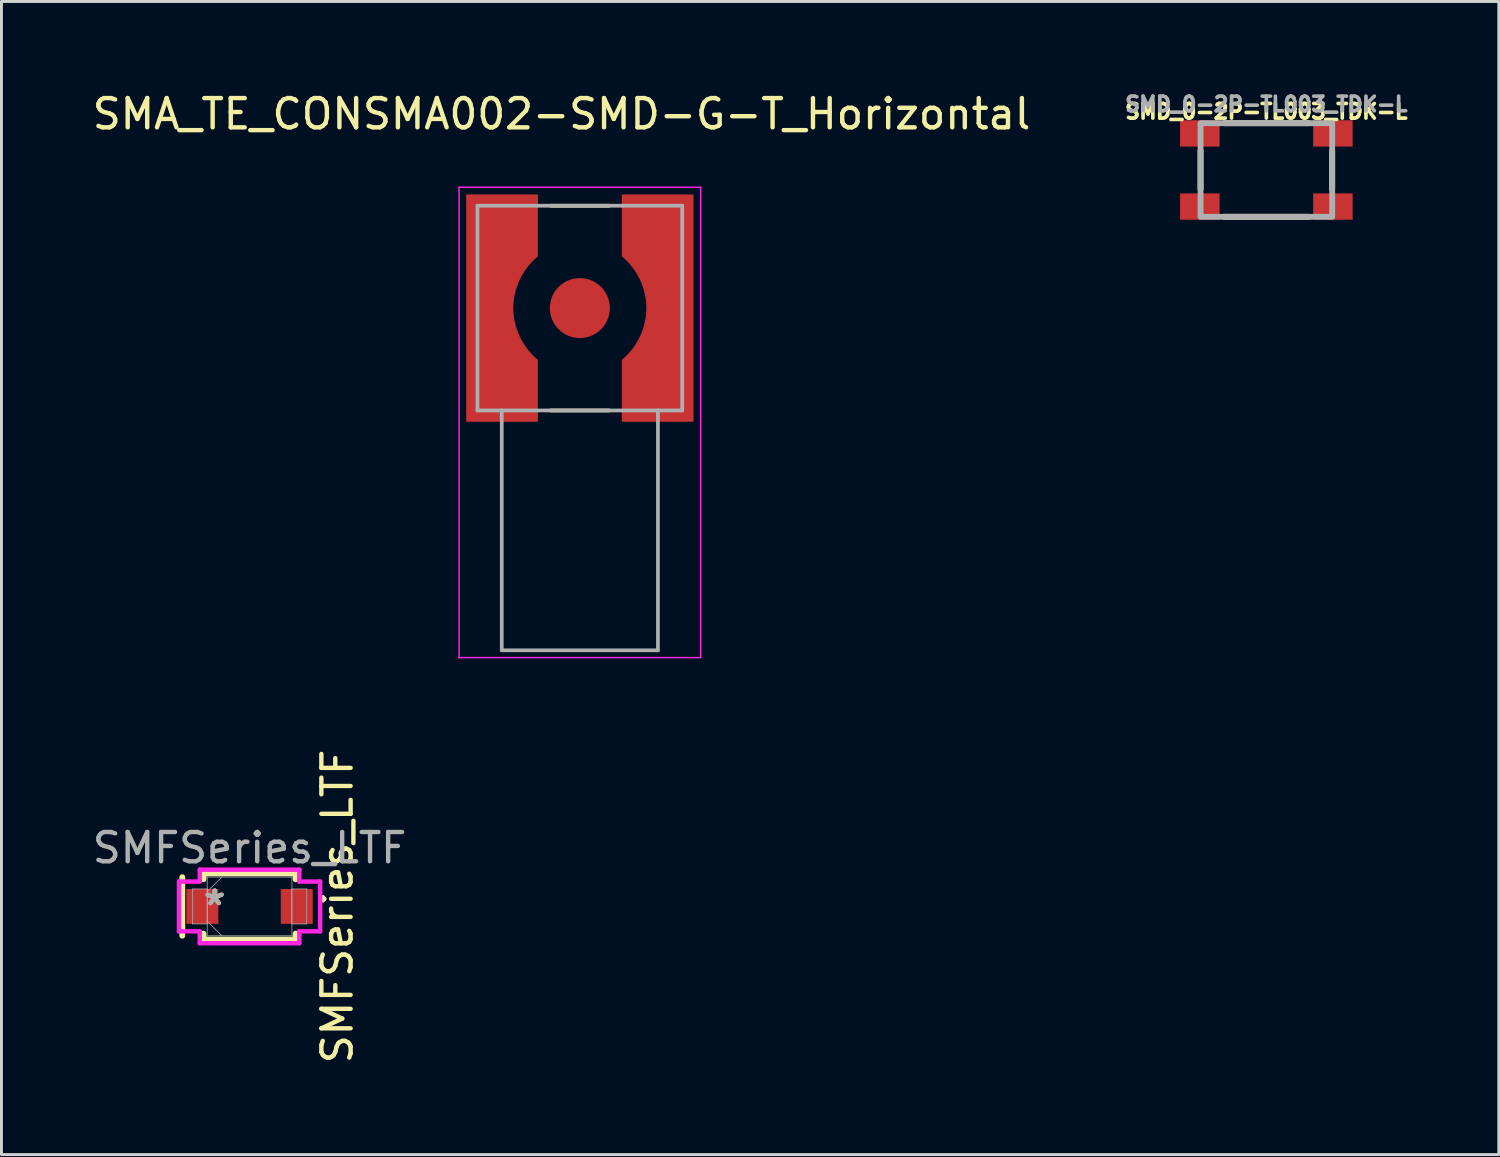
<source format=kicad_pcb>
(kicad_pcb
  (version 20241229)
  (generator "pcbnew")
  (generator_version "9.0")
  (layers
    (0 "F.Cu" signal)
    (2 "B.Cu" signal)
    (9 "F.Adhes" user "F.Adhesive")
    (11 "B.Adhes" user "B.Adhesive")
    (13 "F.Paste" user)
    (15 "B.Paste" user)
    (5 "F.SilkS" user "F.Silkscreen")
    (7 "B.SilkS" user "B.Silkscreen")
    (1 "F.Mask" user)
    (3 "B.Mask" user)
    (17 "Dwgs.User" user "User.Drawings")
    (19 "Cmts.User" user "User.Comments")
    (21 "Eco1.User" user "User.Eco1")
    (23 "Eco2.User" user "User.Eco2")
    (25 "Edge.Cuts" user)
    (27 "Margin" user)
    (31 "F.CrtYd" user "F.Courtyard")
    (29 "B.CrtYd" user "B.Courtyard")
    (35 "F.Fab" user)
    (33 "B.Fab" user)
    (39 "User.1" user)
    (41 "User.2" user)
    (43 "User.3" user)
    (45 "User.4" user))
  (footprint "SMFSeries_LTF"
    (layer "F.Cu")
    (at 5.482 27.94)
    (property "Reference" "SMFSeries_LTF" (at 3 0 90) (unlocked yes) (layer "F.SilkS") (effects (font (size 1 1) (thickness 0.15))))
    (attr smd)
    (fp_line (start -2.3 -1) (end -2.3 1) (stroke (width 0.2) (type default)) (layer "F.SilkS"))
    (fp_line (start -1.575 -1.13) (end -1.575 -0.93) (stroke (width 0.2) (type solid)) (layer "F.SilkS"))
    (fp_line (start -1.575 0.93) (end -1.575 1.13) (stroke (width 0.2) (type solid)) (layer "F.SilkS"))
    (fp_line (start -1.575 1.13) (end 1.575 1.13) (stroke (width 0.2) (type solid)) (layer "F.SilkS"))
    (fp_line (start 1.575 -1.13) (end -1.575 -1.13) (stroke (width 0.2) (type solid)) (layer "F.SilkS"))
    (fp_line (start 1.575 -0.93) (end 1.575 -1.13) (stroke (width 0.2) (type solid)) (layer "F.SilkS"))
    (fp_line (start 1.575 1.13) (end 1.575 0.93) (stroke (width 0.2) (type solid)) (layer "F.SilkS"))
    (fp_line (start -2.413 -0.851) (end -1.702 -0.851) (stroke (width 0.152) (type solid)) (layer "F.CrtYd"))
    (fp_line (start -2.413 0.851) (end -2.413 -0.851) (stroke (width 0.152) (type solid)) (layer "F.CrtYd"))
    (fp_line (start -1.702 -1.257) (end 1.702 -1.257) (stroke (width 0.152) (type solid)) (layer "F.CrtYd"))
    (fp_line (start -1.702 -0.851) (end -1.702 -1.257) (stroke (width 0.152) (type solid)) (layer "F.CrtYd"))
    (fp_line (start -1.702 0.851) (end -2.413 0.851) (stroke (width 0.152) (type solid)) (layer "F.CrtYd"))
    (fp_line (start -1.702 1.257) (end -1.702 0.851) (stroke (width 0.152) (type solid)) (layer "F.CrtYd"))
    (fp_line (start 1.702 -1.257) (end 1.702 -0.851) (stroke (width 0.152) (type solid)) (layer "F.CrtYd"))
    (fp_line (start 1.702 -0.851) (end 2.413 -0.851) (stroke (width 0.152) (type solid)) (layer "F.CrtYd"))
    (fp_line (start 1.702 0.851) (end 1.702 1.257) (stroke (width 0.152) (type solid)) (layer "F.CrtYd"))
    (fp_line (start 1.702 1.257) (end -1.702 1.257) (stroke (width 0.152) (type solid)) (layer "F.CrtYd"))
    (fp_line (start 2.413 -0.851) (end 2.413 0.851) (stroke (width 0.152) (type solid)) (layer "F.CrtYd"))
    (fp_line (start 2.413 0.851) (end 1.702 0.851) (stroke (width 0.152) (type solid)) (layer "F.CrtYd"))
    (fp_line (start -1.956 -0.597) (end -1.956 0.597) (stroke (width 0.025) (type solid)) (layer "F.Fab"))
    (fp_line (start -1.956 0.597) (end -1.448 0.597) (stroke (width 0.025) (type solid)) (layer "F.Fab"))
    (fp_line (start -1.448 -1.003) (end -1.448 1.003) (stroke (width 0.025) (type solid)) (layer "F.Fab"))
    (fp_line (start -1.448 -0.597) (end -1.956 -0.597) (stroke (width 0.025) (type solid)) (layer "F.Fab"))
    (fp_line (start -1.448 -0.502) (end -0.946 -1.003) (stroke (width 0.025) (type solid)) (layer "F.Fab"))
    (fp_line (start -1.448 0.502) (end -0.946 1.003) (stroke (width 0.025) (type solid)) (layer "F.Fab"))
    (fp_line (start -1.448 0.597) (end -1.448 -0.597) (stroke (width 0.025) (type solid)) (layer "F.Fab"))
    (fp_line (start -1.448 1.003) (end 1.448 1.003) (stroke (width 0.025) (type solid)) (layer "F.Fab"))
    (fp_line (start 1.448 -1.003) (end -1.448 -1.003) (stroke (width 0.025) (type solid)) (layer "F.Fab"))
    (fp_line (start 1.448 -0.597) (end 1.448 0.597) (stroke (width 0.025) (type solid)) (layer "F.Fab"))
    (fp_line (start 1.448 0.597) (end 1.956 0.597) (stroke (width 0.025) (type solid)) (layer "F.Fab"))
    (fp_line (start 1.448 1.003) (end 1.448 -1.003) (stroke (width 0.025) (type solid)) (layer "F.Fab"))
    (fp_line (start 1.956 -0.597) (end 1.448 -0.597) (stroke (width 0.025) (type solid)) (layer "F.Fab"))
    (fp_line (start 1.956 0.597) (end 1.956 -0.597) (stroke (width 0.025) (type solid)) (layer "F.Fab"))
    (fp_text user "*" (at -1.194 0 0) (layer "F.Fab") (effects (font (size 1 1) (thickness 0.15))))
    (fp_text user "*" (at -1.194 0 0) (unlocked yes) (layer "F.Fab") (effects (font (size 1 1) (thickness 0.15))))
    (fp_text user "${REFERENCE}" (at 0 -2 0) (unlocked yes) (layer "F.Fab") (effects (font (size 1 1) (thickness 0.15))))
    (pad "1" smd rect (at -1.613 0) (size 1.092 1.194) (layers "F.Cu" "F.Mask" "F.Paste"))
    (pad "2" smd rect (at 1.613 0) (size 1.092 1.194) (layers "F.Cu" "F.Mask" "F.Paste"))
    (zone (net_name "") (layer "F.Cu") (hatch full 0.508) (connect_pads) (min_thickness 0.254) (filled_areas_thickness no) (keepout (tracks not_allowed) (vias not_allowed) (pads allowed) (copperpour not_allowed) (footprints allowed)) (placement (enabled no)) (fill) (polygon (pts (xy 4.466 26.988) (xy 6.498 26.988) (xy 6.498 28.893) (xy 4.466 28.893)))))
  (footprint "SMA_TE_CONSMA002-SMD-G-T_Horizontal"
    (layer "F.Cu")
    (at 16.774 7.483)
    (property "Reference" "SMA_TE_CONSMA002-SMD-G-T_Horizontal" (at -0.625 -6.635 0) (layer "F.SilkS") (effects (font (size 1 1) (thickness 0.15))))
    (attr smd)
    (fp_poly (pts (xy -1.34 -3.98) (xy -3.98 -3.98) (xy -3.98 3.98) (xy -1.34 3.98) (xy -1.34 1.72) (xy -1.381 1.687) (xy -1.43 1.645) (xy -1.478 1.602) (xy -1.524 1.557) (xy -1.569 1.511) (xy -1.613 1.464) (xy -1.655 1.416) (xy -1.696 1.366) (xy -1.736 1.315) (xy -1.774 1.263) (xy -1.81 1.21) (xy -1.845 1.156) (xy -1.878 1.101) (xy -1.91 1.045) (xy -1.94 0.988) (xy -1.968 0.931) (xy -1.995 0.872) (xy -2.02 0.813) (xy -2.043 0.753) (xy -2.065 0.692) (xy -2.084 0.631) (xy -2.102 0.569) (xy -2.118 0.507) (xy -2.133 0.444) (xy -2.145 0.381) (xy -2.156 0.318) (xy -2.164 0.254) (xy -2.171 0.19) (xy -2.176 0.126) (xy -2.18 0.05) (xy -2.179 -0.028) (xy -2.176 -0.097) (xy -2.171 -0.166) (xy -2.164 -0.235) (xy -2.155 -0.303) (xy -2.144 -0.371) (xy -2.131 -0.439) (xy -2.116 -0.506) (xy -2.099 -0.573) (xy -2.08 -0.639) (xy -2.06 -0.705) (xy -2.037 -0.77) (xy -2.012 -0.835) (xy -1.986 -0.899) (xy -1.958 -0.962) (xy -1.928 -1.024) (xy -1.896 -1.085) (xy -1.862 -1.145) (xy -1.827 -1.204) (xy -1.79 -1.262) (xy -1.751 -1.32) (xy -1.711 -1.375) (xy -1.669 -1.43) (xy -1.625 -1.484) (xy -1.58 -1.536) (xy -1.533 -1.587) (xy -1.485 -1.636) (xy -1.436 -1.684) (xy -1.385 -1.731) (xy -1.34 -1.77) (xy -1.34 -3.98)) (stroke (width 0.01) (type solid)) (fill yes) (layer "F.Mask"))
    (fp_poly (pts (xy 1.34 -3.98) (xy 3.98 -3.98) (xy 3.98 3.98) (xy 1.34 3.98) (xy 1.34 1.72) (xy 1.391 1.677) (xy 1.441 1.633) (xy 1.489 1.588) (xy 1.536 1.542) (xy 1.581 1.494) (xy 1.625 1.445) (xy 1.667 1.395) (xy 1.708 1.343) (xy 1.748 1.29) (xy 1.786 1.237) (xy 1.822 1.182) (xy 1.857 1.126) (xy 1.89 1.069) (xy 1.921 1.011) (xy 1.951 0.952) (xy 1.979 0.892) (xy 2.005 0.832) (xy 2.03 0.771) (xy 2.053 0.709) (xy 2.074 0.647) (xy 2.093 0.584) (xy 2.11 0.52) (xy 2.125 0.456) (xy 2.139 0.391) (xy 2.15 0.327) (xy 2.16 0.261) (xy 2.168 0.196) (xy 2.174 0.13) (xy 2.178 0.065) (xy 2.18 0) (xy 2.179 -0.052) (xy 2.176 -0.119) (xy 2.171 -0.186) (xy 2.164 -0.253) (xy 2.156 -0.32) (xy 2.145 -0.387) (xy 2.132 -0.453) (xy 2.118 -0.519) (xy 2.101 -0.584) (xy 2.083 -0.649) (xy 2.062 -0.713) (xy 2.04 -0.777) (xy 2.016 -0.84) (xy 1.99 -0.902) (xy 1.963 -0.964) (xy 1.933 -1.025) (xy 1.902 -1.084) (xy 1.87 -1.143) (xy 1.835 -1.201) (xy 1.799 -1.258) (xy 1.761 -1.314) (xy 1.721 -1.368) (xy 1.68 -1.422) (xy 1.638 -1.474) (xy 1.594 -1.525) (xy 1.548 -1.575) (xy 1.501 -1.623) (xy 1.453 -1.67) (xy 1.403 -1.716) (xy 1.34 -1.77) (xy 1.34 -3.98)) (stroke (width 0.01) (type solid)) (fill yes) (layer "F.Mask"))
    (fp_line (start -1 -3.5) (end 1 -3.5) (stroke (width 0.127) (type solid)) (layer "F.SilkS"))
    (fp_line (start -1 3.5) (end 1 3.5) (stroke (width 0.127) (type solid)) (layer "F.SilkS"))
    (fp_poly (pts (xy -1.44 -3.88) (xy -3.88 -3.88) (xy -3.88 3.88) (xy -1.44 3.88) (xy -1.44 1.77) (xy -1.503 1.716) (xy -1.553 1.67) (xy -1.601 1.623) (xy -1.648 1.575) (xy -1.694 1.525) (xy -1.738 1.474) (xy -1.78 1.422) (xy -1.821 1.368) (xy -1.861 1.314) (xy -1.899 1.258) (xy -1.935 1.201) (xy -1.97 1.143) (xy -2.002 1.084) (xy -2.033 1.025) (xy -2.063 0.964) (xy -2.09 0.902) (xy -2.116 0.84) (xy -2.14 0.777) (xy -2.162 0.713) (xy -2.183 0.649) (xy -2.201 0.584) (xy -2.218 0.519) (xy -2.232 0.453) (xy -2.245 0.387) (xy -2.256 0.32) (xy -2.264 0.253) (xy -2.271 0.186) (xy -2.276 0.119) (xy -2.279 0.052) (xy -2.28 0) (xy -2.279 -0.052) (xy -2.276 -0.119) (xy -2.271 -0.186) (xy -2.264 -0.253) (xy -2.256 -0.32) (xy -2.245 -0.387) (xy -2.232 -0.453) (xy -2.218 -0.519) (xy -2.201 -0.584) (xy -2.183 -0.649) (xy -2.162 -0.713) (xy -2.14 -0.777) (xy -2.116 -0.84) (xy -2.09 -0.902) (xy -2.063 -0.964) (xy -2.033 -1.025) (xy -2.002 -1.084) (xy -1.97 -1.143) (xy -1.935 -1.201) (xy -1.899 -1.258) (xy -1.861 -1.314) (xy -1.821 -1.368) (xy -1.78 -1.422) (xy -1.738 -1.474) (xy -1.694 -1.525) (xy -1.648 -1.575) (xy -1.601 -1.623) (xy -1.553 -1.67) (xy -1.503 -1.716) (xy -1.44 -1.77) (xy -1.44 -3.88)) (stroke (width 0.01) (type solid)) (fill yes) (layer "F.Paste"))
    (fp_poly (pts (xy 1.44 -3.88) (xy 3.88 -3.88) (xy 3.88 3.88) (xy 1.44 3.88) (xy 1.44 1.77) (xy 1.503 1.716) (xy 1.553 1.67) (xy 1.601 1.623) (xy 1.648 1.575) (xy 1.694 1.525) (xy 1.738 1.474) (xy 1.78 1.422) (xy 1.821 1.368) (xy 1.861 1.314) (xy 1.899 1.258) (xy 1.935 1.201) (xy 1.97 1.143) (xy 2.002 1.084) (xy 2.033 1.025) (xy 2.063 0.964) (xy 2.09 0.902) (xy 2.116 0.84) (xy 2.14 0.777) (xy 2.162 0.713) (xy 2.183 0.649) (xy 2.201 0.584) (xy 2.218 0.519) (xy 2.232 0.453) (xy 2.245 0.387) (xy 2.256 0.32) (xy 2.264 0.253) (xy 2.271 0.186) (xy 2.276 0.119) (xy 2.279 0.052) (xy 2.28 0) (xy 2.279 -0.052) (xy 2.276 -0.119) (xy 2.271 -0.186) (xy 2.264 -0.253) (xy 2.256 -0.32) (xy 2.245 -0.387) (xy 2.232 -0.453) (xy 2.218 -0.519) (xy 2.201 -0.584) (xy 2.183 -0.649) (xy 2.162 -0.713) (xy 2.14 -0.777) (xy 2.116 -0.84) (xy 2.09 -0.902) (xy 2.063 -0.964) (xy 2.033 -1.025) (xy 2.002 -1.084) (xy 1.97 -1.143) (xy 1.935 -1.201) (xy 1.899 -1.258) (xy 1.861 -1.314) (xy 1.821 -1.368) (xy 1.78 -1.422) (xy 1.738 -1.474) (xy 1.694 -1.525) (xy 1.648 -1.575) (xy 1.601 -1.623) (xy 1.553 -1.67) (xy 1.503 -1.716) (xy 1.44 -1.77) (xy 1.44 -3.88)) (stroke (width 0.01) (type solid)) (fill yes) (layer "F.Paste"))
    (fp_line (start -4.13 -4.13) (end 4.13 -4.13) (stroke (width 0.05) (type solid)) (layer "F.CrtYd"))
    (fp_line (start -4.13 11.95) (end -4.13 -4.13) (stroke (width 0.05) (type solid)) (layer "F.CrtYd"))
    (fp_line (start 4.13 -4.13) (end 4.13 11.95) (stroke (width 0.05) (type solid)) (layer "F.CrtYd"))
    (fp_line (start 4.13 11.95) (end -4.13 11.95) (stroke (width 0.05) (type solid)) (layer "F.CrtYd"))
    (fp_line (start -3.5 -3.5) (end 3.5 -3.5) (stroke (width 0.127) (type solid)) (layer "F.Fab"))
    (fp_line (start -3.5 3.5) (end -3.5 -3.5) (stroke (width 0.127) (type solid)) (layer "F.Fab"))
    (fp_line (start -2.67 3.5) (end -3.5 3.5) (stroke (width 0.127) (type solid)) (layer "F.Fab"))
    (fp_line (start -2.67 3.5) (end -2.67 11.7) (stroke (width 0.127) (type solid)) (layer "F.Fab"))
    (fp_line (start -2.67 11.7) (end 2.67 11.7) (stroke (width 0.127) (type solid)) (layer "F.Fab"))
    (fp_line (start 2.67 3.5) (end -2.67 3.5) (stroke (width 0.127) (type solid)) (layer "F.Fab"))
    (fp_line (start 2.67 11.7) (end 2.67 3.5) (stroke (width 0.127) (type solid)) (layer "F.Fab"))
    (fp_line (start 3.5 -3.5) (end 3.5 3.5) (stroke (width 0.127) (type solid)) (layer "F.Fab"))
    (fp_line (start 3.5 3.5) (end 2.67 3.5) (stroke (width 0.127) (type solid)) (layer "F.Fab"))
    (pad "1" smd circle (at 0 0) (size 2.05 2.05) (layers "F.Cu" "F.Mask" "F.Paste"))
    (pad "2" smd custom (at -3.1 0) (size 1 1) (layers "F.Cu") (options (anchor rect)) (primitives (gr_poly (pts (xy 1.66 -3.88) (xy -0.78 -3.88) (xy -0.78 3.88) (xy 1.66 3.88) (xy 1.66 1.77) (xy 1.597 1.716) (xy 1.547 1.67) (xy 1.499 1.623) (xy 1.452 1.575) (xy 1.406 1.525) (xy 1.362 1.474) (xy 1.32 1.422) (xy 1.279 1.368) (xy 1.239 1.314) (xy 1.201 1.258) (xy 1.165 1.201) (xy 1.13 1.143) (xy 1.098 1.084) (xy 1.067 1.025) (xy 1.037 0.964) (xy 1.01 0.902) (xy 0.984 0.84) (xy 0.96 0.777) (xy 0.938 0.713) (xy 0.917 0.649) (xy 0.899 0.584) (xy 0.882 0.519) (xy 0.868 0.453) (xy 0.855 0.387) (xy 0.844 0.32) (xy 0.836 0.253) (xy 0.829 0.186) (xy 0.824 0.119) (xy 0.821 0.052) (xy 0.82 0) (xy 0.821 -0.052) (xy 0.824 -0.119) (xy 0.829 -0.186) (xy 0.836 -0.253) (xy 0.844 -0.32) (xy 0.855 -0.387) (xy 0.868 -0.453) (xy 0.882 -0.519) (xy 0.899 -0.584) (xy 0.917 -0.649) (xy 0.938 -0.713) (xy 0.96 -0.777) (xy 0.984 -0.84) (xy 1.01 -0.902) (xy 1.037 -0.964) (xy 1.067 -1.025) (xy 1.098 -1.084) (xy 1.13 -1.143) (xy 1.165 -1.201) (xy 1.201 -1.258) (xy 1.239 -1.314) (xy 1.279 -1.368) (xy 1.32 -1.422) (xy 1.362 -1.474) (xy 1.406 -1.525) (xy 1.452 -1.575) (xy 1.499 -1.623) (xy 1.547 -1.67) (xy 1.597 -1.716) (xy 1.66 -1.77) (xy 1.66 -3.88)) (width 0.01) (fill yes))))
    (pad "2" smd custom (at 3.1 0) (size 1 1) (layers "F.Cu") (options (anchor rect)) (primitives (gr_poly (pts (xy -1.66 -3.88) (xy 0.78 -3.88) (xy 0.78 3.88) (xy -1.66 3.88) (xy -1.66 1.77) (xy -1.597 1.716) (xy -1.547 1.67) (xy -1.499 1.623) (xy -1.452 1.575) (xy -1.406 1.525) (xy -1.362 1.474) (xy -1.32 1.422) (xy -1.279 1.368) (xy -1.239 1.314) (xy -1.201 1.258) (xy -1.165 1.201) (xy -1.13 1.143) (xy -1.098 1.084) (xy -1.067 1.025) (xy -1.037 0.964) (xy -1.01 0.902) (xy -0.984 0.84) (xy -0.96 0.777) (xy -0.938 0.713) (xy -0.917 0.649) (xy -0.899 0.584) (xy -0.882 0.519) (xy -0.868 0.453) (xy -0.855 0.387) (xy -0.844 0.32) (xy -0.836 0.253) (xy -0.829 0.186) (xy -0.824 0.119) (xy -0.821 0.052) (xy -0.82 0) (xy -0.821 -0.052) (xy -0.824 -0.119) (xy -0.829 -0.186) (xy -0.836 -0.253) (xy -0.844 -0.32) (xy -0.855 -0.387) (xy -0.868 -0.453) (xy -0.882 -0.519) (xy -0.899 -0.584) (xy -0.917 -0.649) (xy -0.938 -0.713) (xy -0.96 -0.777) (xy -0.984 -0.84) (xy -1.01 -0.902) (xy -1.037 -0.964) (xy -1.067 -1.025) (xy -1.098 -1.084) (xy -1.13 -1.143) (xy -1.165 -1.201) (xy -1.201 -1.258) (xy -1.239 -1.314) (xy -1.279 -1.368) (xy -1.32 -1.422) (xy -1.362 -1.474) (xy -1.406 -1.525) (xy -1.452 -1.575) (xy -1.499 -1.623) (xy -1.547 -1.67) (xy -1.597 -1.716) (xy -1.66 -1.77) (xy -1.66 -2.35) (xy -1.66 -3.88)) (width 0.01) (fill yes)))))
  (footprint "SMD_0-2P-TL003_TDK-L"
    (layer "F.Cu")
    (at 40.245 2.762)
    (property "Reference" "SMD_0-2P-TL003_TDK-L" (at 0 -2 0) (layer "F.SilkS") (effects (font (size 0.5 0.5) (thickness 0.125) (bold yes))))
    (attr smd)
    (fp_line (start -2.25 -0.65) (end -2.25 0.65) (stroke (width 0.2) (type default)) (layer "F.SilkS"))
    (fp_line (start -1.45 -1.6) (end 1.45 -1.6) (stroke (width 0.2) (type default)) (layer "F.SilkS"))
    (fp_line (start -1.45 1.6) (end 1.45 1.6) (stroke (width 0.2) (type default)) (layer "F.SilkS"))
    (fp_line (start 2.25 -0.65) (end 2.25 0.65) (stroke (width 0.2) (type default)) (layer "F.SilkS"))
    (fp_rect (start -2.25 -1.6) (end 2.25 1.6) (stroke (width 0.2) (type default)) (fill no) (layer "F.Fab"))
    (fp_text user "${REFERENCE}" (at 0 -2.25 0) (layer "F.Fab") (effects (font (size 0.5 0.5) (thickness 0.125) (bold yes))))
    (pad "1" smd rect (at -2.275 -1.25) (size 1.35 0.9) (layers "F.Cu" "F.Mask" "F.Paste"))
    (pad "2" smd rect (at -2.275 1.25) (size 1.35 0.9) (layers "F.Cu" "F.Mask" "F.Paste"))
    (pad "3" smd rect (at 2.275 1.25) (size 1.35 0.9) (layers "F.Cu" "F.Mask" "F.Paste"))
    (pad "4" smd rect (at 2.275 -1.25) (size 1.35 0.9) (layers "F.Cu" "F.Mask" "F.Paste")))
  (gr_rect
    (start -3 -3)
    (end 48.192 36.423)
    (stroke (width 0.1) (type default))
    (fill no)
    (layer "Edge.Cuts")))
</source>
